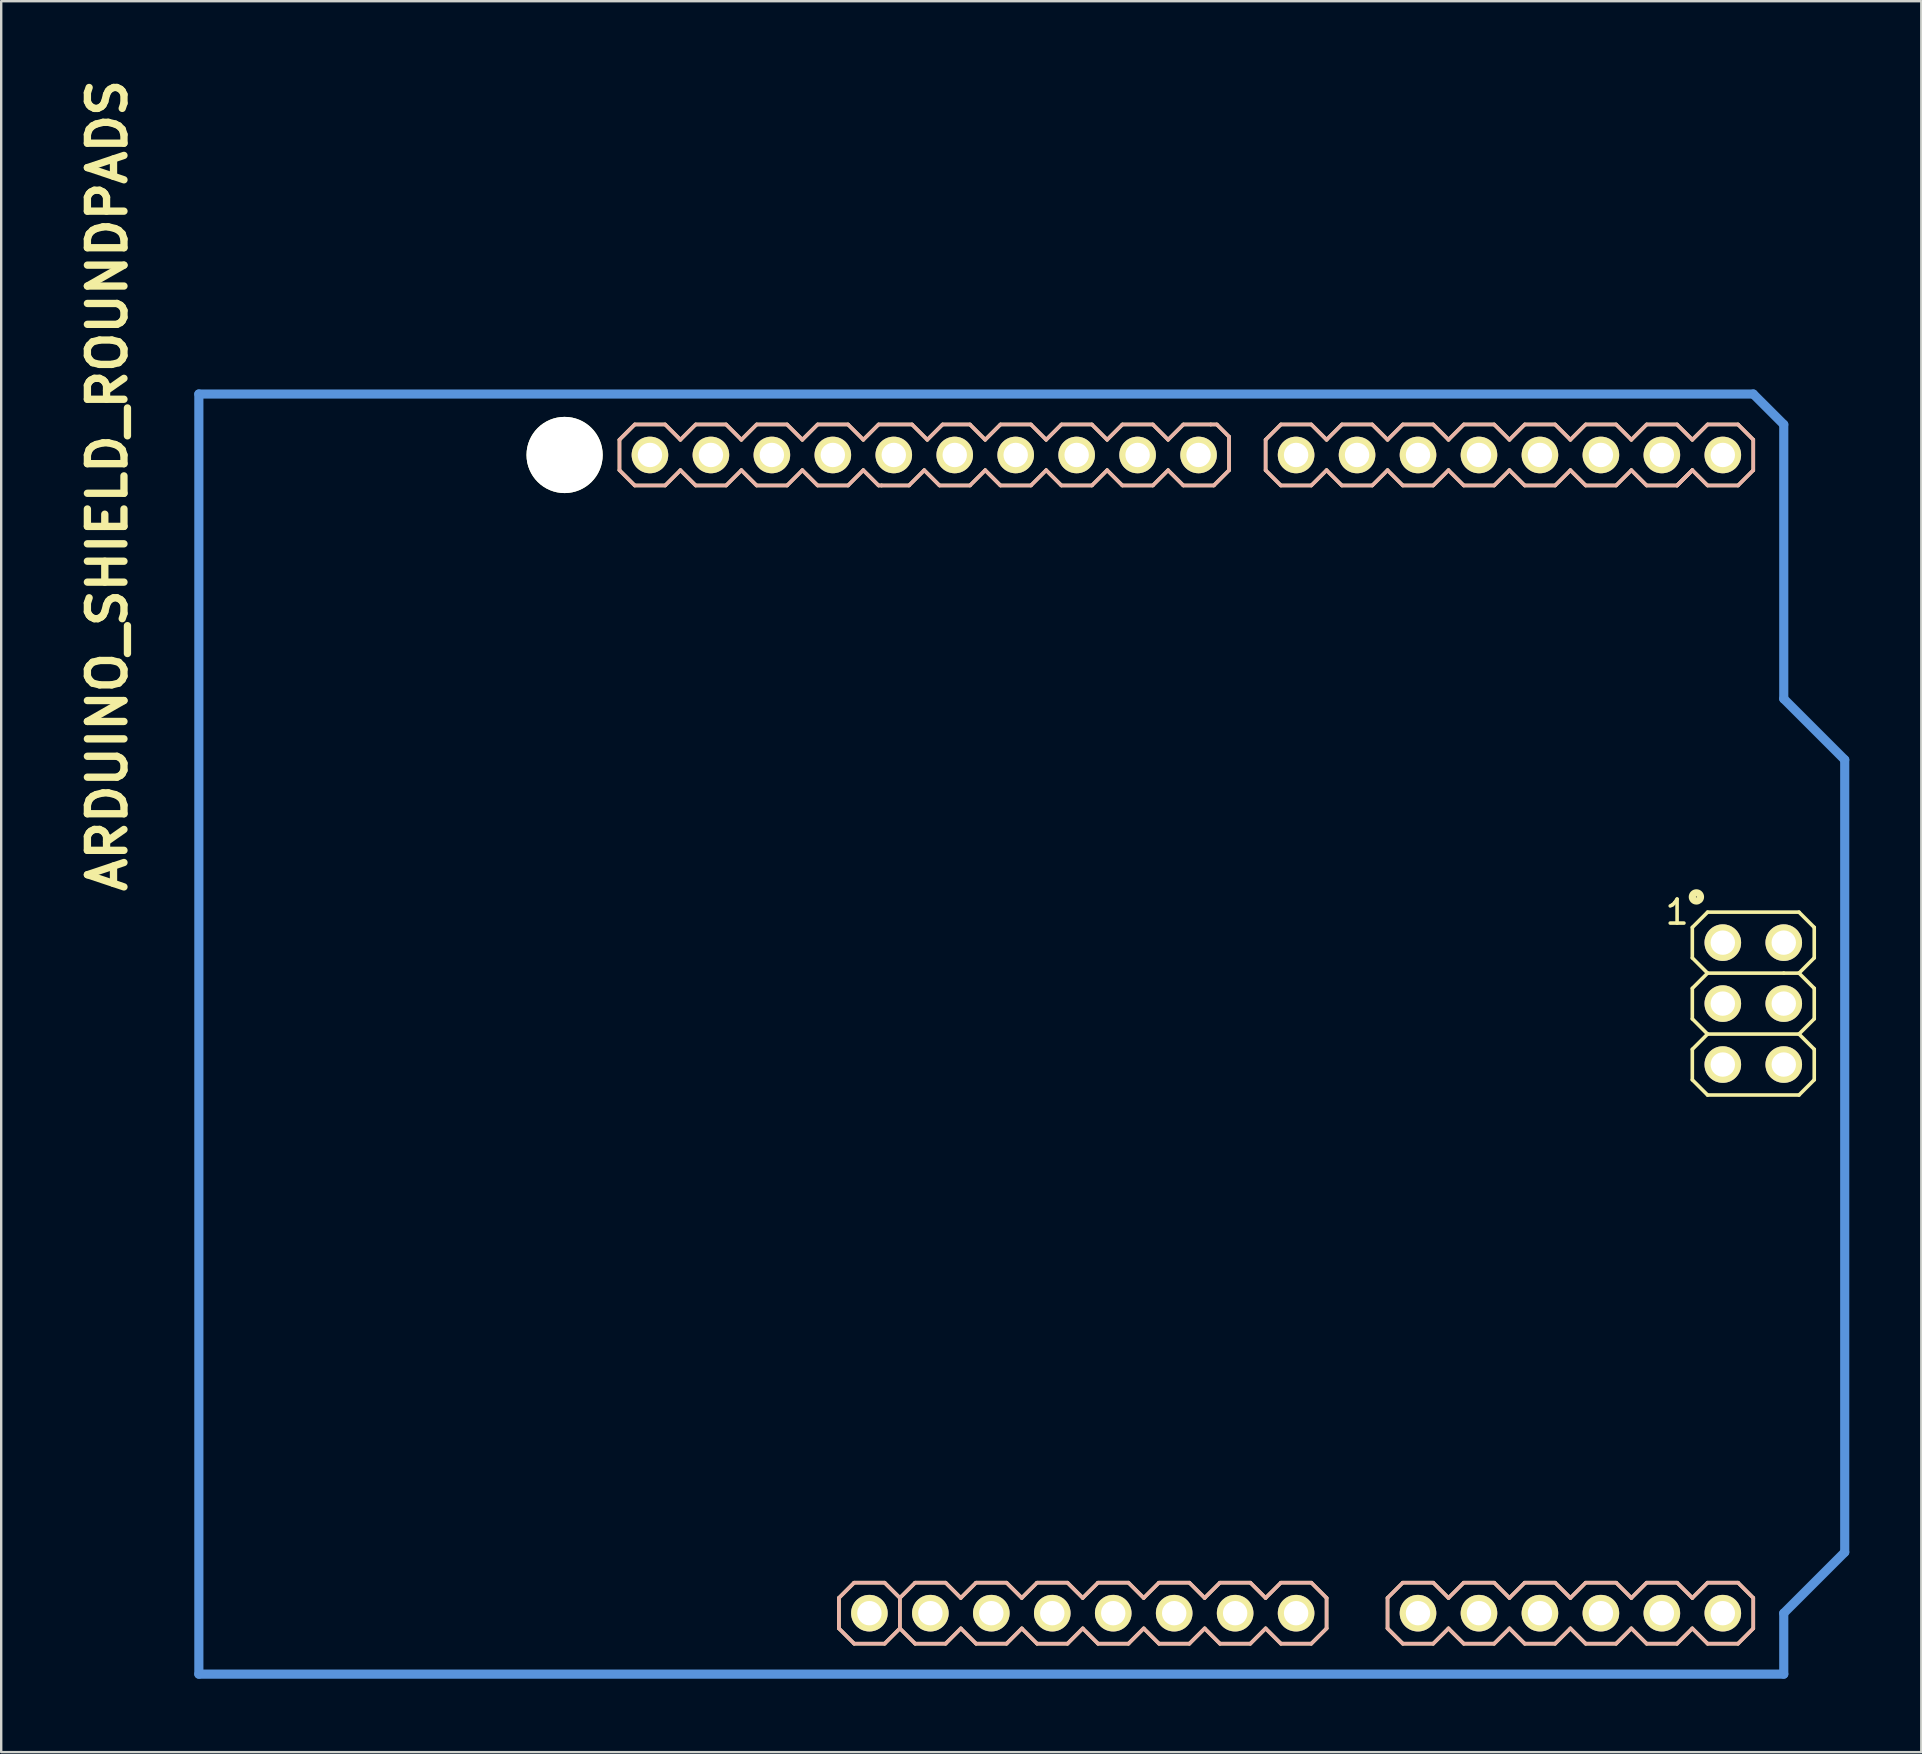
<source format=kicad_pcb>
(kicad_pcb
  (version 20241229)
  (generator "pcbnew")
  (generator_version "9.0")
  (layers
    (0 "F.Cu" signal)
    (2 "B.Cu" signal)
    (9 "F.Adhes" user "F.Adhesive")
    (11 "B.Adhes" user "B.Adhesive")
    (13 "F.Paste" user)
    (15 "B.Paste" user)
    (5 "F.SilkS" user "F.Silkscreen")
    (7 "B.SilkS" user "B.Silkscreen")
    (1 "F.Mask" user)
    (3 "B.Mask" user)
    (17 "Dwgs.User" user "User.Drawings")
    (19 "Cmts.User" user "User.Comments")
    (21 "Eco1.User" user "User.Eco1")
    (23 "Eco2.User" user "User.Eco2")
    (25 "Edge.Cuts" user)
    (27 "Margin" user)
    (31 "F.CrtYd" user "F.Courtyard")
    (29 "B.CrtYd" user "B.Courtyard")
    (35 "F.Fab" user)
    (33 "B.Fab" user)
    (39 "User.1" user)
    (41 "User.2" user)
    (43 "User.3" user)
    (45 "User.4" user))
  (footprint "ARDUINO_SHIELD_ROUNDPADS"
    (layer "F.Cu")
    (at 5.236 66.708)
    (property "Reference" "ARDUINO_SHIELD_ROUNDPADS" (at -3.81 -49.53 90) (layer "F.SilkS") (effects (font (size 1.524 1.524) (thickness 0.305))))
    (attr through_hole)
    (fp_line (start 17.526 -51.435) (end 17.526 -50.165) (stroke (width 0.15) (type solid)) (layer "F.SilkS"))
    (fp_line (start 18.161 -52.07) (end 17.526 -51.435) (stroke (width 0.15) (type solid)) (layer "F.SilkS"))
    (fp_line (start 18.161 -49.53) (end 17.526 -50.165) (stroke (width 0.15) (type solid)) (layer "F.SilkS"))
    (fp_line (start 19.431 -52.07) (end 18.161 -52.07) (stroke (width 0.15) (type solid)) (layer "F.SilkS"))
    (fp_line (start 19.431 -49.53) (end 18.161 -49.53) (stroke (width 0.15) (type solid)) (layer "F.SilkS"))
    (fp_line (start 20.066 -51.435) (end 19.431 -52.07) (stroke (width 0.15) (type solid)) (layer "F.SilkS"))
    (fp_line (start 20.066 -50.165) (end 19.431 -49.53) (stroke (width 0.15) (type solid)) (layer "F.SilkS"))
    (fp_line (start 20.701 -52.07) (end 20.066 -51.435) (stroke (width 0.15) (type solid)) (layer "F.SilkS"))
    (fp_line (start 20.701 -49.53) (end 20.066 -50.165) (stroke (width 0.15) (type solid)) (layer "F.SilkS"))
    (fp_line (start 21.971 -52.07) (end 20.701 -52.07) (stroke (width 0.15) (type solid)) (layer "F.SilkS"))
    (fp_line (start 21.971 -49.53) (end 20.701 -49.53) (stroke (width 0.15) (type solid)) (layer "F.SilkS"))
    (fp_line (start 22.606 -51.435) (end 21.971 -52.07) (stroke (width 0.15) (type solid)) (layer "F.SilkS"))
    (fp_line (start 22.606 -50.165) (end 21.971 -49.53) (stroke (width 0.15) (type solid)) (layer "F.SilkS"))
    (fp_line (start 23.241 -52.07) (end 22.606 -51.435) (stroke (width 0.15) (type solid)) (layer "F.SilkS"))
    (fp_line (start 23.241 -49.53) (end 22.606 -50.165) (stroke (width 0.15) (type solid)) (layer "F.SilkS"))
    (fp_line (start 24.511 -52.07) (end 23.241 -52.07) (stroke (width 0.15) (type solid)) (layer "F.SilkS"))
    (fp_line (start 24.511 -49.53) (end 23.241 -49.53) (stroke (width 0.15) (type solid)) (layer "F.SilkS"))
    (fp_line (start 25.146 -51.435) (end 24.511 -52.07) (stroke (width 0.15) (type solid)) (layer "F.SilkS"))
    (fp_line (start 25.146 -50.165) (end 24.511 -49.53) (stroke (width 0.15) (type solid)) (layer "F.SilkS"))
    (fp_line (start 25.781 -52.07) (end 25.146 -51.435) (stroke (width 0.15) (type solid)) (layer "F.SilkS"))
    (fp_line (start 25.781 -49.53) (end 25.146 -50.165) (stroke (width 0.15) (type solid)) (layer "F.SilkS"))
    (fp_line (start 26.67 -3.175) (end 27.305 -3.81) (stroke (width 0.15) (type solid)) (layer "F.SilkS"))
    (fp_line (start 26.67 -1.905) (end 26.67 -3.175) (stroke (width 0.15) (type solid)) (layer "F.SilkS"))
    (fp_line (start 27.051 -52.07) (end 25.781 -52.07) (stroke (width 0.15) (type solid)) (layer "F.SilkS"))
    (fp_line (start 27.051 -49.53) (end 25.781 -49.53) (stroke (width 0.15) (type solid)) (layer "F.SilkS"))
    (fp_line (start 27.305 -3.81) (end 28.575 -3.81) (stroke (width 0.15) (type solid)) (layer "F.SilkS"))
    (fp_line (start 27.305 -1.27) (end 26.67 -1.905) (stroke (width 0.15) (type solid)) (layer "F.SilkS"))
    (fp_line (start 27.686 -51.435) (end 27.051 -52.07) (stroke (width 0.15) (type solid)) (layer "F.SilkS"))
    (fp_line (start 27.686 -50.165) (end 27.051 -49.53) (stroke (width 0.15) (type solid)) (layer "F.SilkS"))
    (fp_line (start 28.321 -52.07) (end 27.686 -51.435) (stroke (width 0.15) (type solid)) (layer "F.SilkS"))
    (fp_line (start 28.321 -49.53) (end 27.686 -50.165) (stroke (width 0.15) (type solid)) (layer "F.SilkS"))
    (fp_line (start 28.448 -49.53) (end 28.321 -49.53) (stroke (width 0.15) (type solid)) (layer "F.SilkS"))
    (fp_line (start 28.575 -3.81) (end 29.21 -3.175) (stroke (width 0.15) (type solid)) (layer "F.SilkS"))
    (fp_line (start 28.575 -1.27) (end 27.305 -1.27) (stroke (width 0.15) (type solid)) (layer "F.SilkS"))
    (fp_line (start 29.21 -3.175) (end 29.21 -1.905) (stroke (width 0.15) (type solid)) (layer "F.SilkS"))
    (fp_line (start 29.21 -3.175) (end 29.845 -3.81) (stroke (width 0.15) (type solid)) (layer "F.SilkS"))
    (fp_line (start 29.21 -1.905) (end 28.575 -1.27) (stroke (width 0.15) (type solid)) (layer "F.SilkS"))
    (fp_line (start 29.591 -49.53) (end 28.448 -49.53) (stroke (width 0.15) (type solid)) (layer "F.SilkS"))
    (fp_line (start 29.718 -52.07) (end 28.321 -52.07) (stroke (width 0.15) (type solid)) (layer "F.SilkS"))
    (fp_line (start 29.845 -3.81) (end 31.115 -3.81) (stroke (width 0.15) (type solid)) (layer "F.SilkS"))
    (fp_line (start 29.845 -1.27) (end 29.21 -1.905) (stroke (width 0.15) (type solid)) (layer "F.SilkS"))
    (fp_line (start 30.226 -50.165) (end 29.591 -49.53) (stroke (width 0.15) (type solid)) (layer "F.SilkS"))
    (fp_line (start 30.353 -51.435) (end 29.718 -52.07) (stroke (width 0.15) (type solid)) (layer "F.SilkS"))
    (fp_line (start 30.861 -49.53) (end 30.226 -50.165) (stroke (width 0.15) (type solid)) (layer "F.SilkS"))
    (fp_line (start 30.988 -52.07) (end 30.353 -51.435) (stroke (width 0.15) (type solid)) (layer "F.SilkS"))
    (fp_line (start 31.115 -3.81) (end 31.75 -3.175) (stroke (width 0.15) (type solid)) (layer "F.SilkS"))
    (fp_line (start 31.115 -1.27) (end 29.845 -1.27) (stroke (width 0.15) (type solid)) (layer "F.SilkS"))
    (fp_line (start 31.75 -3.175) (end 32.385 -3.81) (stroke (width 0.15) (type solid)) (layer "F.SilkS"))
    (fp_line (start 31.75 -1.905) (end 31.115 -1.27) (stroke (width 0.15) (type solid)) (layer "F.SilkS"))
    (fp_line (start 32.131 -52.07) (end 30.988 -52.07) (stroke (width 0.15) (type solid)) (layer "F.SilkS"))
    (fp_line (start 32.131 -49.53) (end 30.861 -49.53) (stroke (width 0.15) (type solid)) (layer "F.SilkS"))
    (fp_line (start 32.385 -3.81) (end 33.655 -3.81) (stroke (width 0.15) (type solid)) (layer "F.SilkS"))
    (fp_line (start 32.385 -1.27) (end 31.75 -1.905) (stroke (width 0.15) (type solid)) (layer "F.SilkS"))
    (fp_line (start 32.385 -1.27) (end 33.655 -1.27) (stroke (width 0.15) (type solid)) (layer "F.SilkS"))
    (fp_line (start 32.766 -51.435) (end 32.131 -52.07) (stroke (width 0.15) (type solid)) (layer "F.SilkS"))
    (fp_line (start 32.766 -50.165) (end 32.131 -49.53) (stroke (width 0.15) (type solid)) (layer "F.SilkS"))
    (fp_line (start 33.401 -52.07) (end 32.766 -51.435) (stroke (width 0.15) (type solid)) (layer "F.SilkS"))
    (fp_line (start 33.401 -49.53) (end 32.766 -50.165) (stroke (width 0.15) (type solid)) (layer "F.SilkS"))
    (fp_line (start 33.655 -3.81) (end 34.29 -3.175) (stroke (width 0.15) (type solid)) (layer "F.SilkS"))
    (fp_line (start 34.29 -3.175) (end 34.925 -3.81) (stroke (width 0.15) (type solid)) (layer "F.SilkS"))
    (fp_line (start 34.29 -1.905) (end 33.655 -1.27) (stroke (width 0.15) (type solid)) (layer "F.SilkS"))
    (fp_line (start 34.671 -52.07) (end 33.401 -52.07) (stroke (width 0.15) (type solid)) (layer "F.SilkS"))
    (fp_line (start 34.671 -49.53) (end 33.401 -49.53) (stroke (width 0.15) (type solid)) (layer "F.SilkS"))
    (fp_line (start 34.925 -3.81) (end 36.195 -3.81) (stroke (width 0.15) (type solid)) (layer "F.SilkS"))
    (fp_line (start 34.925 -1.27) (end 34.29 -1.905) (stroke (width 0.15) (type solid)) (layer "F.SilkS"))
    (fp_line (start 35.306 -51.435) (end 34.671 -52.07) (stroke (width 0.15) (type solid)) (layer "F.SilkS"))
    (fp_line (start 35.306 -50.165) (end 34.671 -49.53) (stroke (width 0.15) (type solid)) (layer "F.SilkS"))
    (fp_line (start 35.941 -52.07) (end 35.306 -51.435) (stroke (width 0.15) (type solid)) (layer "F.SilkS"))
    (fp_line (start 35.941 -49.53) (end 35.306 -50.165) (stroke (width 0.15) (type solid)) (layer "F.SilkS"))
    (fp_line (start 36.195 -3.81) (end 36.83 -3.175) (stroke (width 0.15) (type solid)) (layer "F.SilkS"))
    (fp_line (start 36.195 -1.27) (end 34.925 -1.27) (stroke (width 0.15) (type solid)) (layer "F.SilkS"))
    (fp_line (start 36.83 -3.175) (end 37.465 -3.81) (stroke (width 0.15) (type solid)) (layer "F.SilkS"))
    (fp_line (start 36.83 -1.905) (end 36.195 -1.27) (stroke (width 0.15) (type solid)) (layer "F.SilkS"))
    (fp_line (start 37.211 -52.07) (end 35.941 -52.07) (stroke (width 0.15) (type solid)) (layer "F.SilkS"))
    (fp_line (start 37.211 -49.53) (end 35.941 -49.53) (stroke (width 0.15) (type solid)) (layer "F.SilkS"))
    (fp_line (start 37.465 -3.81) (end 38.735 -3.81) (stroke (width 0.15) (type solid)) (layer "F.SilkS"))
    (fp_line (start 37.465 -1.27) (end 36.83 -1.905) (stroke (width 0.15) (type solid)) (layer "F.SilkS"))
    (fp_line (start 37.846 -51.435) (end 37.211 -52.07) (stroke (width 0.15) (type solid)) (layer "F.SilkS"))
    (fp_line (start 37.846 -50.165) (end 37.211 -49.53) (stroke (width 0.15) (type solid)) (layer "F.SilkS"))
    (fp_line (start 38.481 -52.07) (end 37.846 -51.435) (stroke (width 0.15) (type solid)) (layer "F.SilkS"))
    (fp_line (start 38.481 -49.53) (end 37.846 -50.165) (stroke (width 0.15) (type solid)) (layer "F.SilkS"))
    (fp_line (start 38.735 -3.81) (end 39.37 -3.175) (stroke (width 0.15) (type solid)) (layer "F.SilkS"))
    (fp_line (start 38.735 -1.27) (end 37.465 -1.27) (stroke (width 0.15) (type solid)) (layer "F.SilkS"))
    (fp_line (start 39.37 -3.175) (end 40.005 -3.81) (stroke (width 0.15) (type solid)) (layer "F.SilkS"))
    (fp_line (start 39.37 -1.905) (end 38.735 -1.27) (stroke (width 0.15) (type solid)) (layer "F.SilkS"))
    (fp_line (start 39.751 -52.07) (end 38.481 -52.07) (stroke (width 0.15) (type solid)) (layer "F.SilkS"))
    (fp_line (start 39.751 -49.53) (end 38.481 -49.53) (stroke (width 0.15) (type solid)) (layer "F.SilkS"))
    (fp_line (start 40.005 -3.81) (end 41.275 -3.81) (stroke (width 0.15) (type solid)) (layer "F.SilkS"))
    (fp_line (start 40.005 -1.27) (end 39.37 -1.905) (stroke (width 0.15) (type solid)) (layer "F.SilkS"))
    (fp_line (start 40.386 -51.435) (end 39.751 -52.07) (stroke (width 0.15) (type solid)) (layer "F.SilkS"))
    (fp_line (start 40.386 -50.165) (end 39.751 -49.53) (stroke (width 0.15) (type solid)) (layer "F.SilkS"))
    (fp_line (start 41.021 -52.07) (end 40.386 -51.435) (stroke (width 0.15) (type solid)) (layer "F.SilkS"))
    (fp_line (start 41.021 -52.07) (end 42.164 -52.07) (stroke (width 0.15) (type solid)) (layer "F.SilkS"))
    (fp_line (start 41.021 -49.53) (end 40.386 -50.165) (stroke (width 0.15) (type solid)) (layer "F.SilkS"))
    (fp_line (start 41.275 -3.81) (end 41.91 -3.175) (stroke (width 0.15) (type solid)) (layer "F.SilkS"))
    (fp_line (start 41.275 -1.27) (end 40.005 -1.27) (stroke (width 0.15) (type solid)) (layer "F.SilkS"))
    (fp_line (start 41.91 -3.175) (end 42.545 -3.81) (stroke (width 0.15) (type solid)) (layer "F.SilkS"))
    (fp_line (start 41.91 -1.905) (end 41.275 -1.27) (stroke (width 0.15) (type solid)) (layer "F.SilkS"))
    (fp_line (start 42.291 -49.53) (end 41.021 -49.53) (stroke (width 0.15) (type solid)) (layer "F.SilkS"))
    (fp_line (start 42.418 -52.07) (end 42.164 -52.07) (stroke (width 0.15) (type solid)) (layer "F.SilkS"))
    (fp_line (start 42.545 -3.81) (end 43.815 -3.81) (stroke (width 0.15) (type solid)) (layer "F.SilkS"))
    (fp_line (start 42.545 -1.27) (end 41.91 -1.905) (stroke (width 0.15) (type solid)) (layer "F.SilkS"))
    (fp_line (start 42.926 -51.562) (end 42.418 -52.07) (stroke (width 0.15) (type solid)) (layer "F.SilkS"))
    (fp_line (start 42.926 -50.165) (end 42.291 -49.53) (stroke (width 0.15) (type solid)) (layer "F.SilkS"))
    (fp_line (start 42.926 -50.165) (end 42.926 -51.562) (stroke (width 0.15) (type solid)) (layer "F.SilkS"))
    (fp_line (start 43.815 -3.81) (end 44.45 -3.175) (stroke (width 0.15) (type solid)) (layer "F.SilkS"))
    (fp_line (start 43.815 -1.27) (end 42.545 -1.27) (stroke (width 0.15) (type solid)) (layer "F.SilkS"))
    (fp_line (start 44.45 -51.435) (end 45.085 -52.07) (stroke (width 0.15) (type solid)) (layer "F.SilkS"))
    (fp_line (start 44.45 -50.165) (end 44.45 -51.435) (stroke (width 0.15) (type solid)) (layer "F.SilkS"))
    (fp_line (start 44.45 -3.175) (end 45.085 -3.81) (stroke (width 0.15) (type solid)) (layer "F.SilkS"))
    (fp_line (start 44.45 -1.905) (end 43.815 -1.27) (stroke (width 0.15) (type solid)) (layer "F.SilkS"))
    (fp_line (start 45.085 -52.07) (end 46.355 -52.07) (stroke (width 0.15) (type solid)) (layer "F.SilkS"))
    (fp_line (start 45.085 -49.53) (end 44.45 -50.165) (stroke (width 0.15) (type solid)) (layer "F.SilkS"))
    (fp_line (start 45.085 -3.81) (end 46.355 -3.81) (stroke (width 0.15) (type solid)) (layer "F.SilkS"))
    (fp_line (start 45.085 -1.27) (end 44.45 -1.905) (stroke (width 0.15) (type solid)) (layer "F.SilkS"))
    (fp_line (start 46.355 -52.07) (end 46.99 -51.435) (stroke (width 0.15) (type solid)) (layer "F.SilkS"))
    (fp_line (start 46.355 -49.53) (end 45.085 -49.53) (stroke (width 0.15) (type solid)) (layer "F.SilkS"))
    (fp_line (start 46.355 -3.81) (end 46.99 -3.175) (stroke (width 0.15) (type solid)) (layer "F.SilkS"))
    (fp_line (start 46.355 -1.27) (end 45.085 -1.27) (stroke (width 0.15) (type solid)) (layer "F.SilkS"))
    (fp_line (start 46.99 -51.435) (end 47.625 -52.07) (stroke (width 0.15) (type solid)) (layer "F.SilkS"))
    (fp_line (start 46.99 -50.165) (end 46.355 -49.53) (stroke (width 0.15) (type solid)) (layer "F.SilkS"))
    (fp_line (start 46.99 -3.175) (end 46.99 -1.905) (stroke (width 0.15) (type solid)) (layer "F.SilkS"))
    (fp_line (start 46.99 -1.905) (end 46.355 -1.27) (stroke (width 0.15) (type solid)) (layer "F.SilkS"))
    (fp_line (start 47.625 -52.07) (end 48.895 -52.07) (stroke (width 0.15) (type solid)) (layer "F.SilkS"))
    (fp_line (start 47.625 -49.53) (end 46.99 -50.165) (stroke (width 0.15) (type solid)) (layer "F.SilkS"))
    (fp_line (start 48.895 -52.07) (end 49.53 -51.435) (stroke (width 0.15) (type solid)) (layer "F.SilkS"))
    (fp_line (start 48.895 -49.53) (end 47.625 -49.53) (stroke (width 0.15) (type solid)) (layer "F.SilkS"))
    (fp_line (start 49.53 -51.435) (end 50.165 -52.07) (stroke (width 0.15) (type solid)) (layer "F.SilkS"))
    (fp_line (start 49.53 -50.165) (end 48.895 -49.53) (stroke (width 0.15) (type solid)) (layer "F.SilkS"))
    (fp_line (start 49.53 -3.175) (end 49.53 -1.905) (stroke (width 0.15) (type solid)) (layer "F.SilkS"))
    (fp_line (start 49.53 -1.905) (end 50.165 -1.27) (stroke (width 0.15) (type solid)) (layer "F.SilkS"))
    (fp_line (start 50.165 -52.07) (end 51.435 -52.07) (stroke (width 0.15) (type solid)) (layer "F.SilkS"))
    (fp_line (start 50.165 -49.53) (end 49.53 -50.165) (stroke (width 0.15) (type solid)) (layer "F.SilkS"))
    (fp_line (start 50.165 -3.81) (end 49.53 -3.175) (stroke (width 0.15) (type solid)) (layer "F.SilkS"))
    (fp_line (start 50.165 -1.27) (end 51.435 -1.27) (stroke (width 0.15) (type solid)) (layer "F.SilkS"))
    (fp_line (start 51.435 -52.07) (end 52.07 -51.435) (stroke (width 0.15) (type solid)) (layer "F.SilkS"))
    (fp_line (start 51.435 -49.53) (end 50.165 -49.53) (stroke (width 0.15) (type solid)) (layer "F.SilkS"))
    (fp_line (start 51.435 -3.81) (end 50.165 -3.81) (stroke (width 0.15) (type solid)) (layer "F.SilkS"))
    (fp_line (start 51.435 -1.27) (end 52.07 -1.905) (stroke (width 0.15) (type solid)) (layer "F.SilkS"))
    (fp_line (start 52.07 -51.435) (end 52.705 -52.07) (stroke (width 0.15) (type solid)) (layer "F.SilkS"))
    (fp_line (start 52.07 -50.165) (end 51.435 -49.53) (stroke (width 0.15) (type solid)) (layer "F.SilkS"))
    (fp_line (start 52.07 -3.175) (end 51.435 -3.81) (stroke (width 0.15) (type solid)) (layer "F.SilkS"))
    (fp_line (start 52.07 -1.905) (end 52.705 -1.27) (stroke (width 0.15) (type solid)) (layer "F.SilkS"))
    (fp_line (start 52.705 -52.07) (end 53.975 -52.07) (stroke (width 0.15) (type solid)) (layer "F.SilkS"))
    (fp_line (start 52.705 -49.53) (end 52.07 -50.165) (stroke (width 0.15) (type solid)) (layer "F.SilkS"))
    (fp_line (start 52.705 -3.81) (end 52.07 -3.175) (stroke (width 0.15) (type solid)) (layer "F.SilkS"))
    (fp_line (start 52.705 -1.27) (end 53.975 -1.27) (stroke (width 0.15) (type solid)) (layer "F.SilkS"))
    (fp_line (start 53.975 -52.07) (end 54.61 -51.435) (stroke (width 0.15) (type solid)) (layer "F.SilkS"))
    (fp_line (start 53.975 -49.53) (end 52.705 -49.53) (stroke (width 0.15) (type solid)) (layer "F.SilkS"))
    (fp_line (start 53.975 -3.81) (end 52.705 -3.81) (stroke (width 0.15) (type solid)) (layer "F.SilkS"))
    (fp_line (start 53.975 -1.27) (end 54.61 -1.905) (stroke (width 0.15) (type solid)) (layer "F.SilkS"))
    (fp_line (start 54.61 -51.435) (end 55.245 -52.07) (stroke (width 0.15) (type solid)) (layer "F.SilkS"))
    (fp_line (start 54.61 -50.165) (end 53.975 -49.53) (stroke (width 0.15) (type solid)) (layer "F.SilkS"))
    (fp_line (start 54.61 -3.175) (end 53.975 -3.81) (stroke (width 0.15) (type solid)) (layer "F.SilkS"))
    (fp_line (start 54.61 -1.905) (end 55.245 -1.27) (stroke (width 0.15) (type solid)) (layer "F.SilkS"))
    (fp_line (start 55.245 -52.07) (end 56.515 -52.07) (stroke (width 0.15) (type solid)) (layer "F.SilkS"))
    (fp_line (start 55.245 -49.53) (end 54.61 -50.165) (stroke (width 0.15) (type solid)) (layer "F.SilkS"))
    (fp_line (start 55.245 -3.81) (end 54.61 -3.175) (stroke (width 0.15) (type solid)) (layer "F.SilkS"))
    (fp_line (start 55.245 -1.27) (end 56.515 -1.27) (stroke (width 0.15) (type solid)) (layer "F.SilkS"))
    (fp_line (start 56.515 -52.07) (end 57.15 -51.435) (stroke (width 0.15) (type solid)) (layer "F.SilkS"))
    (fp_line (start 56.515 -49.53) (end 55.245 -49.53) (stroke (width 0.15) (type solid)) (layer "F.SilkS"))
    (fp_line (start 56.515 -3.81) (end 55.245 -3.81) (stroke (width 0.15) (type solid)) (layer "F.SilkS"))
    (fp_line (start 56.515 -1.27) (end 57.15 -1.905) (stroke (width 0.15) (type solid)) (layer "F.SilkS"))
    (fp_line (start 57.15 -51.435) (end 57.785 -52.07) (stroke (width 0.15) (type solid)) (layer "F.SilkS"))
    (fp_line (start 57.15 -50.165) (end 56.515 -49.53) (stroke (width 0.15) (type solid)) (layer "F.SilkS"))
    (fp_line (start 57.15 -3.175) (end 56.515 -3.81) (stroke (width 0.15) (type solid)) (layer "F.SilkS"))
    (fp_line (start 57.15 -1.905) (end 57.785 -1.27) (stroke (width 0.15) (type solid)) (layer "F.SilkS"))
    (fp_line (start 57.785 -52.07) (end 59.055 -52.07) (stroke (width 0.15) (type solid)) (layer "F.SilkS"))
    (fp_line (start 57.785 -49.53) (end 57.15 -50.165) (stroke (width 0.15) (type solid)) (layer "F.SilkS"))
    (fp_line (start 57.785 -3.81) (end 57.15 -3.175) (stroke (width 0.15) (type solid)) (layer "F.SilkS"))
    (fp_line (start 57.785 -3.81) (end 59.055 -3.81) (stroke (width 0.15) (type solid)) (layer "F.SilkS"))
    (fp_line (start 57.785 -1.27) (end 59.055 -1.27) (stroke (width 0.15) (type solid)) (layer "F.SilkS"))
    (fp_line (start 59.055 -52.07) (end 59.69 -51.435) (stroke (width 0.15) (type solid)) (layer "F.SilkS"))
    (fp_line (start 59.055 -49.53) (end 57.785 -49.53) (stroke (width 0.15) (type solid)) (layer "F.SilkS"))
    (fp_line (start 59.055 -1.27) (end 59.69 -1.905) (stroke (width 0.15) (type solid)) (layer "F.SilkS"))
    (fp_line (start 59.69 -51.435) (end 60.325 -52.07) (stroke (width 0.15) (type solid)) (layer "F.SilkS"))
    (fp_line (start 59.69 -50.165) (end 59.055 -49.53) (stroke (width 0.15) (type solid)) (layer "F.SilkS"))
    (fp_line (start 59.69 -3.175) (end 59.055 -3.81) (stroke (width 0.15) (type solid)) (layer "F.SilkS"))
    (fp_line (start 59.69 -1.905) (end 60.325 -1.27) (stroke (width 0.15) (type solid)) (layer "F.SilkS"))
    (fp_line (start 60.325 -52.07) (end 61.595 -52.07) (stroke (width 0.15) (type solid)) (layer "F.SilkS"))
    (fp_line (start 60.325 -49.53) (end 59.69 -50.165) (stroke (width 0.15) (type solid)) (layer "F.SilkS"))
    (fp_line (start 60.325 -3.81) (end 59.69 -3.175) (stroke (width 0.15) (type solid)) (layer "F.SilkS"))
    (fp_line (start 60.325 -1.27) (end 61.595 -1.27) (stroke (width 0.15) (type solid)) (layer "F.SilkS"))
    (fp_line (start 61.595 -52.07) (end 62.23 -51.435) (stroke (width 0.15) (type solid)) (layer "F.SilkS"))
    (fp_line (start 61.595 -49.53) (end 60.325 -49.53) (stroke (width 0.15) (type solid)) (layer "F.SilkS"))
    (fp_line (start 61.595 -49.53) (end 62.23 -50.165) (stroke (width 0.15) (type solid)) (layer "F.SilkS"))
    (fp_line (start 61.595 -3.81) (end 60.325 -3.81) (stroke (width 0.15) (type solid)) (layer "F.SilkS"))
    (fp_line (start 61.595 -1.27) (end 62.23 -1.905) (stroke (width 0.15) (type solid)) (layer "F.SilkS"))
    (fp_line (start 62.23 -51.435) (end 62.865 -52.07) (stroke (width 0.15) (type solid)) (layer "F.SilkS"))
    (fp_line (start 62.23 -50.165) (end 61.595 -49.53) (stroke (width 0.15) (type solid)) (layer "F.SilkS"))
    (fp_line (start 62.23 -31.115) (end 62.23 -29.845) (stroke (width 0.15) (type solid)) (layer "F.SilkS"))
    (fp_line (start 62.23 -29.845) (end 62.865 -29.21) (stroke (width 0.15) (type solid)) (layer "F.SilkS"))
    (fp_line (start 62.23 -28.575) (end 62.865 -29.21) (stroke (width 0.15) (type solid)) (layer "F.SilkS"))
    (fp_line (start 62.23 -27.305) (end 62.23 -28.575) (stroke (width 0.15) (type solid)) (layer "F.SilkS"))
    (fp_line (start 62.23 -26.035) (end 62.865 -26.67) (stroke (width 0.15) (type solid)) (layer "F.SilkS"))
    (fp_line (start 62.23 -24.765) (end 62.23 -26.035) (stroke (width 0.15) (type solid)) (layer "F.SilkS"))
    (fp_line (start 62.23 -3.175) (end 61.595 -3.81) (stroke (width 0.15) (type solid)) (layer "F.SilkS"))
    (fp_line (start 62.23 -1.905) (end 62.865 -1.27) (stroke (width 0.15) (type solid)) (layer "F.SilkS"))
    (fp_line (start 62.865 -52.07) (end 64.135 -52.07) (stroke (width 0.15) (type solid)) (layer "F.SilkS"))
    (fp_line (start 62.865 -49.53) (end 62.23 -50.165) (stroke (width 0.15) (type solid)) (layer "F.SilkS"))
    (fp_line (start 62.865 -49.53) (end 64.135 -49.53) (stroke (width 0.15) (type solid)) (layer "F.SilkS"))
    (fp_line (start 62.865 -31.75) (end 62.23 -31.115) (stroke (width 0.15) (type solid)) (layer "F.SilkS"))
    (fp_line (start 62.865 -29.21) (end 66.04 -29.21) (stroke (width 0.15) (type solid)) (layer "F.SilkS"))
    (fp_line (start 62.865 -26.67) (end 62.23 -27.305) (stroke (width 0.15) (type solid)) (layer "F.SilkS"))
    (fp_line (start 62.865 -26.67) (end 66.675 -26.67) (stroke (width 0.15) (type solid)) (layer "F.SilkS"))
    (fp_line (start 62.865 -24.13) (end 62.23 -24.765) (stroke (width 0.15) (type solid)) (layer "F.SilkS"))
    (fp_line (start 62.865 -3.81) (end 62.23 -3.175) (stroke (width 0.15) (type solid)) (layer "F.SilkS"))
    (fp_line (start 62.865 -1.27) (end 64.135 -1.27) (stroke (width 0.15) (type solid)) (layer "F.SilkS"))
    (fp_line (start 64.135 -52.07) (end 64.77 -51.435) (stroke (width 0.15) (type solid)) (layer "F.SilkS"))
    (fp_line (start 64.135 -3.81) (end 62.865 -3.81) (stroke (width 0.15) (type solid)) (layer "F.SilkS"))
    (fp_line (start 64.135 -1.27) (end 64.77 -1.905) (stroke (width 0.15) (type solid)) (layer "F.SilkS"))
    (fp_line (start 64.77 -51.435) (end 64.77 -50.165) (stroke (width 0.15) (type solid)) (layer "F.SilkS"))
    (fp_line (start 64.77 -50.165) (end 64.135 -49.53) (stroke (width 0.15) (type solid)) (layer "F.SilkS"))
    (fp_line (start 64.77 -3.175) (end 64.135 -3.81) (stroke (width 0.15) (type solid)) (layer "F.SilkS"))
    (fp_line (start 64.77 -1.905) (end 64.77 -3.175) (stroke (width 0.15) (type solid)) (layer "F.SilkS"))
    (fp_line (start 66.04 -29.21) (end 66.675 -29.21) (stroke (width 0.15) (type solid)) (layer "F.SilkS"))
    (fp_line (start 66.675 -31.75) (end 62.865 -31.75) (stroke (width 0.15) (type solid)) (layer "F.SilkS"))
    (fp_line (start 66.675 -29.21) (end 67.31 -29.845) (stroke (width 0.15) (type solid)) (layer "F.SilkS"))
    (fp_line (start 66.675 -29.21) (end 67.31 -28.575) (stroke (width 0.15) (type solid)) (layer "F.SilkS"))
    (fp_line (start 66.675 -26.67) (end 67.31 -26.035) (stroke (width 0.15) (type solid)) (layer "F.SilkS"))
    (fp_line (start 66.675 -24.13) (end 62.865 -24.13) (stroke (width 0.15) (type solid)) (layer "F.SilkS"))
    (fp_line (start 67.31 -31.115) (end 66.675 -31.75) (stroke (width 0.15) (type solid)) (layer "F.SilkS"))
    (fp_line (start 67.31 -29.845) (end 67.31 -31.115) (stroke (width 0.15) (type solid)) (layer "F.SilkS"))
    (fp_line (start 67.31 -28.575) (end 67.31 -27.305) (stroke (width 0.15) (type solid)) (layer "F.SilkS"))
    (fp_line (start 67.31 -27.305) (end 66.675 -26.67) (stroke (width 0.15) (type solid)) (layer "F.SilkS"))
    (fp_line (start 67.31 -26.035) (end 67.31 -24.765) (stroke (width 0.15) (type solid)) (layer "F.SilkS"))
    (fp_line (start 67.31 -24.765) (end 66.675 -24.13) (stroke (width 0.15) (type solid)) (layer "F.SilkS"))
    (fp_circle (center 62.4 -32.385) (end 62.23 -32.385) (stroke (width 0.3) (type solid)) (fill no) (layer "F.SilkS"))
    (fp_line (start 17.526 -51.435) (end 17.526 -50.165) (stroke (width 0.15) (type solid)) (layer "B.SilkS"))
    (fp_line (start 18.161 -52.07) (end 17.526 -51.435) (stroke (width 0.15) (type solid)) (layer "B.SilkS"))
    (fp_line (start 18.161 -49.53) (end 17.526 -50.165) (stroke (width 0.15) (type solid)) (layer "B.SilkS"))
    (fp_line (start 19.431 -52.07) (end 18.161 -52.07) (stroke (width 0.15) (type solid)) (layer "B.SilkS"))
    (fp_line (start 19.431 -49.53) (end 18.161 -49.53) (stroke (width 0.15) (type solid)) (layer "B.SilkS"))
    (fp_line (start 20.066 -51.435) (end 19.431 -52.07) (stroke (width 0.15) (type solid)) (layer "B.SilkS"))
    (fp_line (start 20.066 -50.165) (end 19.431 -49.53) (stroke (width 0.15) (type solid)) (layer "B.SilkS"))
    (fp_line (start 20.701 -52.07) (end 20.066 -51.435) (stroke (width 0.15) (type solid)) (layer "B.SilkS"))
    (fp_line (start 20.701 -49.53) (end 20.066 -50.165) (stroke (width 0.15) (type solid)) (layer "B.SilkS"))
    (fp_line (start 21.971 -52.07) (end 20.701 -52.07) (stroke (width 0.15) (type solid)) (layer "B.SilkS"))
    (fp_line (start 21.971 -49.53) (end 20.701 -49.53) (stroke (width 0.15) (type solid)) (layer "B.SilkS"))
    (fp_line (start 22.606 -51.435) (end 21.971 -52.07) (stroke (width 0.15) (type solid)) (layer "B.SilkS"))
    (fp_line (start 22.606 -50.165) (end 21.971 -49.53) (stroke (width 0.15) (type solid)) (layer "B.SilkS"))
    (fp_line (start 23.241 -52.07) (end 22.606 -51.435) (stroke (width 0.15) (type solid)) (layer "B.SilkS"))
    (fp_line (start 23.241 -49.53) (end 22.606 -50.165) (stroke (width 0.15) (type solid)) (layer "B.SilkS"))
    (fp_line (start 24.511 -52.07) (end 23.241 -52.07) (stroke (width 0.15) (type solid)) (layer "B.SilkS"))
    (fp_line (start 24.511 -49.53) (end 23.241 -49.53) (stroke (width 0.15) (type solid)) (layer "B.SilkS"))
    (fp_line (start 25.146 -51.435) (end 24.511 -52.07) (stroke (width 0.15) (type solid)) (layer "B.SilkS"))
    (fp_line (start 25.146 -50.165) (end 24.511 -49.53) (stroke (width 0.15) (type solid)) (layer "B.SilkS"))
    (fp_line (start 25.781 -52.07) (end 25.146 -51.435) (stroke (width 0.15) (type solid)) (layer "B.SilkS"))
    (fp_line (start 25.781 -49.53) (end 25.146 -50.165) (stroke (width 0.15) (type solid)) (layer "B.SilkS"))
    (fp_line (start 26.67 -3.175) (end 27.305 -3.81) (stroke (width 0.15) (type solid)) (layer "B.SilkS"))
    (fp_line (start 26.67 -1.905) (end 26.67 -3.175) (stroke (width 0.15) (type solid)) (layer "B.SilkS"))
    (fp_line (start 27.051 -52.07) (end 25.781 -52.07) (stroke (width 0.15) (type solid)) (layer "B.SilkS"))
    (fp_line (start 27.051 -49.53) (end 25.781 -49.53) (stroke (width 0.15) (type solid)) (layer "B.SilkS"))
    (fp_line (start 27.305 -3.81) (end 28.575 -3.81) (stroke (width 0.15) (type solid)) (layer "B.SilkS"))
    (fp_line (start 27.305 -1.27) (end 26.67 -1.905) (stroke (width 0.15) (type solid)) (layer "B.SilkS"))
    (fp_line (start 27.686 -51.435) (end 27.051 -52.07) (stroke (width 0.15) (type solid)) (layer "B.SilkS"))
    (fp_line (start 27.686 -50.165) (end 27.051 -49.53) (stroke (width 0.15) (type solid)) (layer "B.SilkS"))
    (fp_line (start 28.321 -52.07) (end 27.686 -51.435) (stroke (width 0.15) (type solid)) (layer "B.SilkS"))
    (fp_line (start 28.321 -49.53) (end 27.686 -50.165) (stroke (width 0.15) (type solid)) (layer "B.SilkS"))
    (fp_line (start 28.448 -49.53) (end 28.321 -49.53) (stroke (width 0.15) (type solid)) (layer "B.SilkS"))
    (fp_line (start 28.575 -3.81) (end 29.21 -3.175) (stroke (width 0.15) (type solid)) (layer "B.SilkS"))
    (fp_line (start 28.575 -1.27) (end 27.305 -1.27) (stroke (width 0.15) (type solid)) (layer "B.SilkS"))
    (fp_line (start 29.21 -3.175) (end 29.21 -1.905) (stroke (width 0.15) (type solid)) (layer "B.SilkS"))
    (fp_line (start 29.21 -3.175) (end 29.845 -3.81) (stroke (width 0.15) (type solid)) (layer "B.SilkS"))
    (fp_line (start 29.21 -1.905) (end 28.575 -1.27) (stroke (width 0.15) (type solid)) (layer "B.SilkS"))
    (fp_line (start 29.591 -49.53) (end 28.448 -49.53) (stroke (width 0.15) (type solid)) (layer "B.SilkS"))
    (fp_line (start 29.718 -52.07) (end 28.321 -52.07) (stroke (width 0.15) (type solid)) (layer "B.SilkS"))
    (fp_line (start 29.845 -3.81) (end 31.115 -3.81) (stroke (width 0.15) (type solid)) (layer "B.SilkS"))
    (fp_line (start 29.845 -1.27) (end 29.21 -1.905) (stroke (width 0.15) (type solid)) (layer "B.SilkS"))
    (fp_line (start 30.226 -50.165) (end 29.591 -49.53) (stroke (width 0.15) (type solid)) (layer "B.SilkS"))
    (fp_line (start 30.353 -51.435) (end 29.718 -52.07) (stroke (width 0.15) (type solid)) (layer "B.SilkS"))
    (fp_line (start 30.861 -49.53) (end 30.226 -50.165) (stroke (width 0.15) (type solid)) (layer "B.SilkS"))
    (fp_line (start 30.988 -52.07) (end 30.353 -51.435) (stroke (width 0.15) (type solid)) (layer "B.SilkS"))
    (fp_line (start 31.115 -3.81) (end 31.75 -3.175) (stroke (width 0.15) (type solid)) (layer "B.SilkS"))
    (fp_line (start 31.115 -1.27) (end 29.845 -1.27) (stroke (width 0.15) (type solid)) (layer "B.SilkS"))
    (fp_line (start 31.75 -3.175) (end 32.385 -3.81) (stroke (width 0.15) (type solid)) (layer "B.SilkS"))
    (fp_line (start 31.75 -1.905) (end 31.115 -1.27) (stroke (width 0.15) (type solid)) (layer "B.SilkS"))
    (fp_line (start 32.131 -52.07) (end 30.988 -52.07) (stroke (width 0.15) (type solid)) (layer "B.SilkS"))
    (fp_line (start 32.131 -49.53) (end 30.861 -49.53) (stroke (width 0.15) (type solid)) (layer "B.SilkS"))
    (fp_line (start 32.385 -3.81) (end 33.655 -3.81) (stroke (width 0.15) (type solid)) (layer "B.SilkS"))
    (fp_line (start 32.385 -1.27) (end 31.75 -1.905) (stroke (width 0.15) (type solid)) (layer "B.SilkS"))
    (fp_line (start 32.385 -1.27) (end 33.655 -1.27) (stroke (width 0.15) (type solid)) (layer "B.SilkS"))
    (fp_line (start 32.766 -51.435) (end 32.131 -52.07) (stroke (width 0.15) (type solid)) (layer "B.SilkS"))
    (fp_line (start 32.766 -50.165) (end 32.131 -49.53) (stroke (width 0.15) (type solid)) (layer "B.SilkS"))
    (fp_line (start 33.401 -52.07) (end 32.766 -51.435) (stroke (width 0.15) (type solid)) (layer "B.SilkS"))
    (fp_line (start 33.401 -49.53) (end 32.766 -50.165) (stroke (width 0.15) (type solid)) (layer "B.SilkS"))
    (fp_line (start 33.655 -3.81) (end 34.29 -3.175) (stroke (width 0.15) (type solid)) (layer "B.SilkS"))
    (fp_line (start 34.29 -3.175) (end 34.925 -3.81) (stroke (width 0.15) (type solid)) (layer "B.SilkS"))
    (fp_line (start 34.29 -1.905) (end 33.655 -1.27) (stroke (width 0.15) (type solid)) (layer "B.SilkS"))
    (fp_line (start 34.671 -52.07) (end 33.401 -52.07) (stroke (width 0.15) (type solid)) (layer "B.SilkS"))
    (fp_line (start 34.671 -49.53) (end 33.401 -49.53) (stroke (width 0.15) (type solid)) (layer "B.SilkS"))
    (fp_line (start 34.925 -3.81) (end 36.195 -3.81) (stroke (width 0.15) (type solid)) (layer "B.SilkS"))
    (fp_line (start 34.925 -1.27) (end 34.29 -1.905) (stroke (width 0.15) (type solid)) (layer "B.SilkS"))
    (fp_line (start 35.306 -51.435) (end 34.671 -52.07) (stroke (width 0.15) (type solid)) (layer "B.SilkS"))
    (fp_line (start 35.306 -50.165) (end 34.671 -49.53) (stroke (width 0.15) (type solid)) (layer "B.SilkS"))
    (fp_line (start 35.941 -52.07) (end 35.306 -51.435) (stroke (width 0.15) (type solid)) (layer "B.SilkS"))
    (fp_line (start 35.941 -49.53) (end 35.306 -50.165) (stroke (width 0.15) (type solid)) (layer "B.SilkS"))
    (fp_line (start 36.195 -3.81) (end 36.83 -3.175) (stroke (width 0.15) (type solid)) (layer "B.SilkS"))
    (fp_line (start 36.195 -1.27) (end 34.925 -1.27) (stroke (width 0.15) (type solid)) (layer "B.SilkS"))
    (fp_line (start 36.83 -3.175) (end 37.465 -3.81) (stroke (width 0.15) (type solid)) (layer "B.SilkS"))
    (fp_line (start 36.83 -1.905) (end 36.195 -1.27) (stroke (width 0.15) (type solid)) (layer "B.SilkS"))
    (fp_line (start 37.211 -52.07) (end 35.941 -52.07) (stroke (width 0.15) (type solid)) (layer "B.SilkS"))
    (fp_line (start 37.211 -49.53) (end 35.941 -49.53) (stroke (width 0.15) (type solid)) (layer "B.SilkS"))
    (fp_line (start 37.465 -3.81) (end 38.735 -3.81) (stroke (width 0.15) (type solid)) (layer "B.SilkS"))
    (fp_line (start 37.465 -1.27) (end 36.83 -1.905) (stroke (width 0.15) (type solid)) (layer "B.SilkS"))
    (fp_line (start 37.846 -51.435) (end 37.211 -52.07) (stroke (width 0.15) (type solid)) (layer "B.SilkS"))
    (fp_line (start 37.846 -50.165) (end 37.211 -49.53) (stroke (width 0.15) (type solid)) (layer "B.SilkS"))
    (fp_line (start 38.481 -52.07) (end 37.846 -51.435) (stroke (width 0.15) (type solid)) (layer "B.SilkS"))
    (fp_line (start 38.481 -49.53) (end 37.846 -50.165) (stroke (width 0.15) (type solid)) (layer "B.SilkS"))
    (fp_line (start 38.735 -3.81) (end 39.37 -3.175) (stroke (width 0.15) (type solid)) (layer "B.SilkS"))
    (fp_line (start 38.735 -1.27) (end 37.465 -1.27) (stroke (width 0.15) (type solid)) (layer "B.SilkS"))
    (fp_line (start 39.37 -3.175) (end 40.005 -3.81) (stroke (width 0.15) (type solid)) (layer "B.SilkS"))
    (fp_line (start 39.37 -1.905) (end 38.735 -1.27) (stroke (width 0.15) (type solid)) (layer "B.SilkS"))
    (fp_line (start 39.751 -52.07) (end 38.481 -52.07) (stroke (width 0.15) (type solid)) (layer "B.SilkS"))
    (fp_line (start 39.751 -49.53) (end 38.481 -49.53) (stroke (width 0.15) (type solid)) (layer "B.SilkS"))
    (fp_line (start 40.005 -3.81) (end 41.275 -3.81) (stroke (width 0.15) (type solid)) (layer "B.SilkS"))
    (fp_line (start 40.005 -1.27) (end 39.37 -1.905) (stroke (width 0.15) (type solid)) (layer "B.SilkS"))
    (fp_line (start 40.386 -51.435) (end 39.751 -52.07) (stroke (width 0.15) (type solid)) (layer "B.SilkS"))
    (fp_line (start 40.386 -50.165) (end 39.751 -49.53) (stroke (width 0.15) (type solid)) (layer "B.SilkS"))
    (fp_line (start 41.021 -52.07) (end 40.386 -51.435) (stroke (width 0.15) (type solid)) (layer "B.SilkS"))
    (fp_line (start 41.021 -52.07) (end 42.164 -52.07) (stroke (width 0.15) (type solid)) (layer "B.SilkS"))
    (fp_line (start 41.021 -49.53) (end 40.386 -50.165) (stroke (width 0.15) (type solid)) (layer "B.SilkS"))
    (fp_line (start 41.275 -3.81) (end 41.91 -3.175) (stroke (width 0.15) (type solid)) (layer "B.SilkS"))
    (fp_line (start 41.275 -1.27) (end 40.005 -1.27) (stroke (width 0.15) (type solid)) (layer "B.SilkS"))
    (fp_line (start 41.91 -3.175) (end 42.545 -3.81) (stroke (width 0.15) (type solid)) (layer "B.SilkS"))
    (fp_line (start 41.91 -1.905) (end 41.275 -1.27) (stroke (width 0.15) (type solid)) (layer "B.SilkS"))
    (fp_line (start 42.291 -49.53) (end 41.021 -49.53) (stroke (width 0.15) (type solid)) (layer "B.SilkS"))
    (fp_line (start 42.418 -52.07) (end 42.164 -52.07) (stroke (width 0.15) (type solid)) (layer "B.SilkS"))
    (fp_line (start 42.545 -3.81) (end 43.815 -3.81) (stroke (width 0.15) (type solid)) (layer "B.SilkS"))
    (fp_line (start 42.545 -1.27) (end 41.91 -1.905) (stroke (width 0.15) (type solid)) (layer "B.SilkS"))
    (fp_line (start 42.926 -51.562) (end 42.418 -52.07) (stroke (width 0.15) (type solid)) (layer "B.SilkS"))
    (fp_line (start 42.926 -50.165) (end 42.291 -49.53) (stroke (width 0.15) (type solid)) (layer "B.SilkS"))
    (fp_line (start 42.926 -50.165) (end 42.926 -51.562) (stroke (width 0.15) (type solid)) (layer "B.SilkS"))
    (fp_line (start 43.815 -3.81) (end 44.45 -3.175) (stroke (width 0.15) (type solid)) (layer "B.SilkS"))
    (fp_line (start 43.815 -1.27) (end 42.545 -1.27) (stroke (width 0.15) (type solid)) (layer "B.SilkS"))
    (fp_line (start 44.45 -51.435) (end 45.085 -52.07) (stroke (width 0.15) (type solid)) (layer "B.SilkS"))
    (fp_line (start 44.45 -50.165) (end 44.45 -51.435) (stroke (width 0.15) (type solid)) (layer "B.SilkS"))
    (fp_line (start 44.45 -3.175) (end 45.085 -3.81) (stroke (width 0.15) (type solid)) (layer "B.SilkS"))
    (fp_line (start 44.45 -1.905) (end 43.815 -1.27) (stroke (width 0.15) (type solid)) (layer "B.SilkS"))
    (fp_line (start 45.085 -52.07) (end 46.355 -52.07) (stroke (width 0.15) (type solid)) (layer "B.SilkS"))
    (fp_line (start 45.085 -49.53) (end 44.45 -50.165) (stroke (width 0.15) (type solid)) (layer "B.SilkS"))
    (fp_line (start 45.085 -3.81) (end 46.355 -3.81) (stroke (width 0.15) (type solid)) (layer "B.SilkS"))
    (fp_line (start 45.085 -1.27) (end 44.45 -1.905) (stroke (width 0.15) (type solid)) (layer "B.SilkS"))
    (fp_line (start 46.355 -52.07) (end 46.99 -51.435) (stroke (width 0.15) (type solid)) (layer "B.SilkS"))
    (fp_line (start 46.355 -49.53) (end 45.085 -49.53) (stroke (width 0.15) (type solid)) (layer "B.SilkS"))
    (fp_line (start 46.355 -3.81) (end 46.99 -3.175) (stroke (width 0.15) (type solid)) (layer "B.SilkS"))
    (fp_line (start 46.355 -1.27) (end 45.085 -1.27) (stroke (width 0.15) (type solid)) (layer "B.SilkS"))
    (fp_line (start 46.99 -51.435) (end 47.625 -52.07) (stroke (width 0.15) (type solid)) (layer "B.SilkS"))
    (fp_line (start 46.99 -50.165) (end 46.355 -49.53) (stroke (width 0.15) (type solid)) (layer "B.SilkS"))
    (fp_line (start 46.99 -3.175) (end 46.99 -1.905) (stroke (width 0.15) (type solid)) (layer "B.SilkS"))
    (fp_line (start 46.99 -1.905) (end 46.355 -1.27) (stroke (width 0.15) (type solid)) (layer "B.SilkS"))
    (fp_line (start 47.625 -52.07) (end 48.895 -52.07) (stroke (width 0.15) (type solid)) (layer "B.SilkS"))
    (fp_line (start 47.625 -49.53) (end 46.99 -50.165) (stroke (width 0.15) (type solid)) (layer "B.SilkS"))
    (fp_line (start 48.895 -52.07) (end 49.53 -51.435) (stroke (width 0.15) (type solid)) (layer "B.SilkS"))
    (fp_line (start 48.895 -49.53) (end 47.625 -49.53) (stroke (width 0.15) (type solid)) (layer "B.SilkS"))
    (fp_line (start 49.53 -51.435) (end 50.165 -52.07) (stroke (width 0.15) (type solid)) (layer "B.SilkS"))
    (fp_line (start 49.53 -50.165) (end 48.895 -49.53) (stroke (width 0.15) (type solid)) (layer "B.SilkS"))
    (fp_line (start 49.53 -3.175) (end 49.53 -1.905) (stroke (width 0.15) (type solid)) (layer "B.SilkS"))
    (fp_line (start 49.53 -1.905) (end 50.165 -1.27) (stroke (width 0.15) (type solid)) (layer "B.SilkS"))
    (fp_line (start 50.165 -52.07) (end 51.435 -52.07) (stroke (width 0.15) (type solid)) (layer "B.SilkS"))
    (fp_line (start 50.165 -49.53) (end 49.53 -50.165) (stroke (width 0.15) (type solid)) (layer "B.SilkS"))
    (fp_line (start 50.165 -3.81) (end 49.53 -3.175) (stroke (width 0.15) (type solid)) (layer "B.SilkS"))
    (fp_line (start 50.165 -1.27) (end 51.435 -1.27) (stroke (width 0.15) (type solid)) (layer "B.SilkS"))
    (fp_line (start 51.435 -52.07) (end 52.07 -51.435) (stroke (width 0.15) (type solid)) (layer "B.SilkS"))
    (fp_line (start 51.435 -49.53) (end 50.165 -49.53) (stroke (width 0.15) (type solid)) (layer "B.SilkS"))
    (fp_line (start 51.435 -3.81) (end 50.165 -3.81) (stroke (width 0.15) (type solid)) (layer "B.SilkS"))
    (fp_line (start 51.435 -1.27) (end 52.07 -1.905) (stroke (width 0.15) (type solid)) (layer "B.SilkS"))
    (fp_line (start 52.07 -51.435) (end 52.705 -52.07) (stroke (width 0.15) (type solid)) (layer "B.SilkS"))
    (fp_line (start 52.07 -50.165) (end 51.435 -49.53) (stroke (width 0.15) (type solid)) (layer "B.SilkS"))
    (fp_line (start 52.07 -3.175) (end 51.435 -3.81) (stroke (width 0.15) (type solid)) (layer "B.SilkS"))
    (fp_line (start 52.07 -1.905) (end 52.705 -1.27) (stroke (width 0.15) (type solid)) (layer "B.SilkS"))
    (fp_line (start 52.705 -52.07) (end 53.975 -52.07) (stroke (width 0.15) (type solid)) (layer "B.SilkS"))
    (fp_line (start 52.705 -49.53) (end 52.07 -50.165) (stroke (width 0.15) (type solid)) (layer "B.SilkS"))
    (fp_line (start 52.705 -3.81) (end 52.07 -3.175) (stroke (width 0.15) (type solid)) (layer "B.SilkS"))
    (fp_line (start 52.705 -1.27) (end 53.975 -1.27) (stroke (width 0.15) (type solid)) (layer "B.SilkS"))
    (fp_line (start 53.975 -52.07) (end 54.61 -51.435) (stroke (width 0.15) (type solid)) (layer "B.SilkS"))
    (fp_line (start 53.975 -49.53) (end 52.705 -49.53) (stroke (width 0.15) (type solid)) (layer "B.SilkS"))
    (fp_line (start 53.975 -3.81) (end 52.705 -3.81) (stroke (width 0.15) (type solid)) (layer "B.SilkS"))
    (fp_line (start 53.975 -1.27) (end 54.61 -1.905) (stroke (width 0.15) (type solid)) (layer "B.SilkS"))
    (fp_line (start 54.61 -51.435) (end 55.245 -52.07) (stroke (width 0.15) (type solid)) (layer "B.SilkS"))
    (fp_line (start 54.61 -50.165) (end 53.975 -49.53) (stroke (width 0.15) (type solid)) (layer "B.SilkS"))
    (fp_line (start 54.61 -3.175) (end 53.975 -3.81) (stroke (width 0.15) (type solid)) (layer "B.SilkS"))
    (fp_line (start 54.61 -1.905) (end 55.245 -1.27) (stroke (width 0.15) (type solid)) (layer "B.SilkS"))
    (fp_line (start 55.245 -52.07) (end 56.515 -52.07) (stroke (width 0.15) (type solid)) (layer "B.SilkS"))
    (fp_line (start 55.245 -49.53) (end 54.61 -50.165) (stroke (width 0.15) (type solid)) (layer "B.SilkS"))
    (fp_line (start 55.245 -3.81) (end 54.61 -3.175) (stroke (width 0.15) (type solid)) (layer "B.SilkS"))
    (fp_line (start 55.245 -1.27) (end 56.515 -1.27) (stroke (width 0.15) (type solid)) (layer "B.SilkS"))
    (fp_line (start 56.515 -52.07) (end 57.15 -51.435) (stroke (width 0.15) (type solid)) (layer "B.SilkS"))
    (fp_line (start 56.515 -49.53) (end 55.245 -49.53) (stroke (width 0.15) (type solid)) (layer "B.SilkS"))
    (fp_line (start 56.515 -3.81) (end 55.245 -3.81) (stroke (width 0.15) (type solid)) (layer "B.SilkS"))
    (fp_line (start 56.515 -1.27) (end 57.15 -1.905) (stroke (width 0.15) (type solid)) (layer "B.SilkS"))
    (fp_line (start 57.15 -51.435) (end 57.785 -52.07) (stroke (width 0.15) (type solid)) (layer "B.SilkS"))
    (fp_line (start 57.15 -50.165) (end 56.515 -49.53) (stroke (width 0.15) (type solid)) (layer "B.SilkS"))
    (fp_line (start 57.15 -3.175) (end 56.515 -3.81) (stroke (width 0.15) (type solid)) (layer "B.SilkS"))
    (fp_line (start 57.15 -1.905) (end 57.785 -1.27) (stroke (width 0.15) (type solid)) (layer "B.SilkS"))
    (fp_line (start 57.785 -52.07) (end 59.055 -52.07) (stroke (width 0.15) (type solid)) (layer "B.SilkS"))
    (fp_line (start 57.785 -49.53) (end 57.15 -50.165) (stroke (width 0.15) (type solid)) (layer "B.SilkS"))
    (fp_line (start 57.785 -3.81) (end 57.15 -3.175) (stroke (width 0.15) (type solid)) (layer "B.SilkS"))
    (fp_line (start 57.785 -3.81) (end 59.055 -3.81) (stroke (width 0.15) (type solid)) (layer "B.SilkS"))
    (fp_line (start 57.785 -1.27) (end 59.055 -1.27) (stroke (width 0.15) (type solid)) (layer "B.SilkS"))
    (fp_line (start 59.055 -52.07) (end 59.69 -51.435) (stroke (width 0.15) (type solid)) (layer "B.SilkS"))
    (fp_line (start 59.055 -49.53) (end 57.785 -49.53) (stroke (width 0.15) (type solid)) (layer "B.SilkS"))
    (fp_line (start 59.055 -1.27) (end 59.69 -1.905) (stroke (width 0.15) (type solid)) (layer "B.SilkS"))
    (fp_line (start 59.69 -51.435) (end 60.325 -52.07) (stroke (width 0.15) (type solid)) (layer "B.SilkS"))
    (fp_line (start 59.69 -50.165) (end 59.055 -49.53) (stroke (width 0.15) (type solid)) (layer "B.SilkS"))
    (fp_line (start 59.69 -3.175) (end 59.055 -3.81) (stroke (width 0.15) (type solid)) (layer "B.SilkS"))
    (fp_line (start 59.69 -1.905) (end 60.325 -1.27) (stroke (width 0.15) (type solid)) (layer "B.SilkS"))
    (fp_line (start 60.325 -52.07) (end 61.595 -52.07) (stroke (width 0.15) (type solid)) (layer "B.SilkS"))
    (fp_line (start 60.325 -49.53) (end 59.69 -50.165) (stroke (width 0.15) (type solid)) (layer "B.SilkS"))
    (fp_line (start 60.325 -3.81) (end 59.69 -3.175) (stroke (width 0.15) (type solid)) (layer "B.SilkS"))
    (fp_line (start 60.325 -1.27) (end 61.595 -1.27) (stroke (width 0.15) (type solid)) (layer "B.SilkS"))
    (fp_line (start 61.595 -52.07) (end 62.23 -51.435) (stroke (width 0.15) (type solid)) (layer "B.SilkS"))
    (fp_line (start 61.595 -49.53) (end 60.325 -49.53) (stroke (width 0.15) (type solid)) (layer "B.SilkS"))
    (fp_line (start 61.595 -49.53) (end 62.23 -50.165) (stroke (width 0.15) (type solid)) (layer "B.SilkS"))
    (fp_line (start 61.595 -3.81) (end 60.325 -3.81) (stroke (width 0.15) (type solid)) (layer "B.SilkS"))
    (fp_line (start 61.595 -1.27) (end 62.23 -1.905) (stroke (width 0.15) (type solid)) (layer "B.SilkS"))
    (fp_line (start 62.23 -51.435) (end 62.865 -52.07) (stroke (width 0.15) (type solid)) (layer "B.SilkS"))
    (fp_line (start 62.23 -50.165) (end 61.595 -49.53) (stroke (width 0.15) (type solid)) (layer "B.SilkS"))
    (fp_line (start 62.23 -3.175) (end 61.595 -3.81) (stroke (width 0.15) (type solid)) (layer "B.SilkS"))
    (fp_line (start 62.23 -1.905) (end 62.865 -1.27) (stroke (width 0.15) (type solid)) (layer "B.SilkS"))
    (fp_line (start 62.865 -52.07) (end 64.135 -52.07) (stroke (width 0.15) (type solid)) (layer "B.SilkS"))
    (fp_line (start 62.865 -49.53) (end 62.23 -50.165) (stroke (width 0.15) (type solid)) (layer "B.SilkS"))
    (fp_line (start 62.865 -49.53) (end 64.135 -49.53) (stroke (width 0.15) (type solid)) (layer "B.SilkS"))
    (fp_line (start 62.865 -3.81) (end 62.23 -3.175) (stroke (width 0.15) (type solid)) (layer "B.SilkS"))
    (fp_line (start 62.865 -1.27) (end 64.135 -1.27) (stroke (width 0.15) (type solid)) (layer "B.SilkS"))
    (fp_line (start 64.135 -52.07) (end 64.77 -51.435) (stroke (width 0.15) (type solid)) (layer "B.SilkS"))
    (fp_line (start 64.135 -3.81) (end 62.865 -3.81) (stroke (width 0.15) (type solid)) (layer "B.SilkS"))
    (fp_line (start 64.135 -1.27) (end 64.77 -1.905) (stroke (width 0.15) (type solid)) (layer "B.SilkS"))
    (fp_line (start 64.77 -51.435) (end 64.77 -50.165) (stroke (width 0.15) (type solid)) (layer "B.SilkS"))
    (fp_line (start 64.77 -50.165) (end 64.135 -49.53) (stroke (width 0.15) (type solid)) (layer "B.SilkS"))
    (fp_line (start 64.77 -3.175) (end 64.135 -3.81) (stroke (width 0.15) (type solid)) (layer "B.SilkS"))
    (fp_line (start 64.77 -1.905) (end 64.77 -3.175) (stroke (width 0.15) (type solid)) (layer "B.SilkS"))
    (fp_line (start 0 0) (end 0 -53.34) (stroke (width 0.381) (type solid)) (layer "Cmts.User"))
    (fp_line (start 64.77 -53.34) (end 0 -53.34) (stroke (width 0.381) (type solid)) (layer "Cmts.User"))
    (fp_line (start 66.04 -52.07) (end 64.77 -53.34) (stroke (width 0.381) (type solid)) (layer "Cmts.User"))
    (fp_line (start 66.04 -40.64) (end 66.04 -52.07) (stroke (width 0.381) (type solid)) (layer "Cmts.User"))
    (fp_line (start 66.04 -40.64) (end 68.58 -38.1) (stroke (width 0.381) (type solid)) (layer "Cmts.User"))
    (fp_line (start 66.04 -2.54) (end 66.04 0) (stroke (width 0.381) (type solid)) (layer "Cmts.User"))
    (fp_line (start 66.04 0) (end 0 0) (stroke (width 0.381) (type solid)) (layer "Cmts.User"))
    (fp_line (start 68.58 -38.1) (end 68.58 -5.08) (stroke (width 0.381) (type solid)) (layer "Cmts.User"))
    (fp_line (start 68.58 -5.08) (end 66.04 -2.54) (stroke (width 0.381) (type solid)) (layer "Cmts.User"))
    (fp_text user "1" (at 61.595 -31.75 0) (layer "F.SilkS") (effects (font (size 1 1) (thickness 0.15))))
    (pad "" np_thru_hole circle (at 15.24 -50.8 90) (size 3.175 3.175) (drill 3.175) (layers "*.Cu" "*.Mask" "F.SilkS"))
    (pad "0" thru_hole circle (at 63.5 -50.8 90) (size 1.524 1.524) (drill 1.016) (layers "*.Cu" "*.Mask" "F.SilkS"))
    (pad "1" thru_hole circle (at 60.96 -50.8 90) (size 1.524 1.524) (drill 1.016) (layers "*.Cu" "*.Mask" "F.SilkS"))
    (pad "2" thru_hole circle (at 58.42 -50.8 90) (size 1.524 1.524) (drill 1.016) (layers "*.Cu" "*.Mask" "F.SilkS"))
    (pad "3" thru_hole circle (at 55.88 -50.8 90) (size 1.524 1.524) (drill 1.016) (layers "*.Cu" "*.Mask" "F.SilkS"))
    (pad "3V3" thru_hole circle (at 35.56 -2.54 90) (size 1.524 1.524) (drill 1.016) (layers "*.Cu" "*.Mask" "F.SilkS"))
    (pad "4" thru_hole circle (at 53.34 -50.8 90) (size 1.524 1.524) (drill 1.016) (layers "*.Cu" "*.Mask" "F.SilkS"))
    (pad "5" thru_hole circle (at 50.8 -50.8 90) (size 1.524 1.524) (drill 1.016) (layers "*.Cu" "*.Mask" "F.SilkS"))
    (pad "5V" thru_hole circle (at 38.1 -2.54 90) (size 1.524 1.524) (drill 1.016) (layers "*.Cu" "*.Mask" "F.SilkS"))
    (pad "6" thru_hole circle (at 48.26 -50.8 90) (size 1.524 1.524) (drill 1.016) (layers "*.Cu" "*.Mask" "F.SilkS"))
    (pad "7" thru_hole circle (at 45.72 -50.8 90) (size 1.524 1.524) (drill 1.016) (layers "*.Cu" "*.Mask" "F.SilkS"))
    (pad "8" thru_hole circle (at 41.656 -50.8 90) (size 1.524 1.524) (drill 1.016) (layers "*.Cu" "*.Mask" "F.SilkS"))
    (pad "9" thru_hole circle (at 39.116 -50.8 90) (size 1.524 1.524) (drill 1.016) (layers "*.Cu" "*.Mask" "F.SilkS"))
    (pad "10" thru_hole circle (at 36.576 -50.8 90) (size 1.524 1.524) (drill 1.016) (layers "*.Cu" "*.Mask" "F.SilkS"))
    (pad "11" thru_hole circle (at 34.036 -50.8 90) (size 1.524 1.524) (drill 1.016) (layers "*.Cu" "*.Mask" "F.SilkS"))
    (pad "12" thru_hole circle (at 31.496 -50.8 90) (size 1.524 1.524) (drill 1.016) (layers "*.Cu" "*.Mask" "F.SilkS"))
    (pad "13" thru_hole circle (at 28.956 -50.8 90) (size 1.524 1.524) (drill 1.016) (layers "*.Cu" "*.Mask" "F.SilkS"))
    (pad "AD0" thru_hole circle (at 50.8 -2.54 90) (size 1.524 1.524) (drill 1.016) (layers "*.Cu" "*.Mask" "F.SilkS"))
    (pad "AD1" thru_hole circle (at 53.34 -2.54 90) (size 1.524 1.524) (drill 1.016) (layers "*.Cu" "*.Mask" "F.SilkS"))
    (pad "AD2" thru_hole circle (at 55.88 -2.54 90) (size 1.524 1.524) (drill 1.016) (layers "*.Cu" "*.Mask" "F.SilkS"))
    (pad "AD3" thru_hole circle (at 58.42 -2.54 90) (size 1.524 1.524) (drill 1.016) (layers "*.Cu" "*.Mask" "F.SilkS"))
    (pad "AD4" thru_hole circle (at 60.96 -2.54 90) (size 1.524 1.524) (drill 1.016) (layers "*.Cu" "*.Mask" "F.SilkS"))
    (pad "AD5" thru_hole circle (at 63.5 -2.54 90) (size 1.524 1.524) (drill 1.016) (layers "*.Cu" "*.Mask" "F.SilkS"))
    (pad "AREF" thru_hole circle (at 23.876 -50.8 90) (size 1.524 1.524) (drill 1.016) (layers "*.Cu" "*.Mask" "F.SilkS"))
    (pad "GND1" thru_hole circle (at 40.64 -2.54 90) (size 1.524 1.524) (drill 1.016) (layers "*.Cu" "*.Mask" "F.SilkS"))
    (pad "GND2" thru_hole circle (at 43.18 -2.54 90) (size 1.524 1.524) (drill 1.016) (layers "*.Cu" "*.Mask" "F.SilkS"))
    (pad "GND3" thru_hole circle (at 26.416 -50.8 90) (size 1.524 1.524) (drill 1.016) (layers "*.Cu" "*.Mask" "F.SilkS"))
    (pad "IO_R" thru_hole circle (at 30.48 -2.54 90) (size 1.524 1.524) (drill 1.016) (layers "*.Cu" "*.Mask" "F.SilkS"))
    (pad "NC" thru_hole circle (at 27.94 -2.54 90) (size 1.524 1.524) (drill 1.016) (layers "*.Cu" "*.Mask" "F.SilkS"))
    (pad "RST" thru_hole circle (at 33.02 -2.54 90) (size 1.524 1.524) (drill 1.016) (layers "*.Cu" "*.Mask" "F.SilkS"))
    (pad "SCL" thru_hole circle (at 18.796 -50.8 90) (size 1.524 1.524) (drill 1.016) (layers "*.Cu" "*.Mask" "F.SilkS"))
    (pad "SDA" thru_hole circle (at 21.336 -50.8 90) (size 1.524 1.524) (drill 1.016) (layers "*.Cu" "*.Mask" "F.SilkS"))
    (pad "SP1" thru_hole circle (at 63.5 -30.48 90) (size 1.524 1.524) (drill 1.016) (layers "*.Cu" "*.Mask" "F.SilkS"))
    (pad "SP2" thru_hole circle (at 66.04 -30.48 90) (size 1.524 1.524) (drill 1.016) (layers "*.Cu" "*.Mask" "F.SilkS"))
    (pad "SP3" thru_hole circle (at 63.5 -27.94 90) (size 1.524 1.524) (drill 1.016) (layers "*.Cu" "*.Mask" "F.SilkS"))
    (pad "SP4" thru_hole circle (at 66.04 -27.94 90) (size 1.524 1.524) (drill 1.016) (layers "*.Cu" "*.Mask" "F.SilkS"))
    (pad "SP5" thru_hole circle (at 63.5 -25.4 90) (size 1.524 1.524) (drill 1.016) (layers "*.Cu" "*.Mask" "F.SilkS"))
    (pad "SP6" thru_hole circle (at 66.04 -25.4 90) (size 1.524 1.524) (drill 1.016) (layers "*.Cu" "*.Mask" "F.SilkS"))
    (pad "V_IN" thru_hole circle (at 45.72 -2.54 90) (size 1.524 1.524) (drill 1.016) (layers "*.Cu" "*.Mask" "F.SilkS")))
  (gr_rect
    (start -3 -3)
    (end 77.007 69.958)
    (stroke (width 0.1) (type default))
    (fill no)
    (layer "Edge.Cuts")))
</source>
